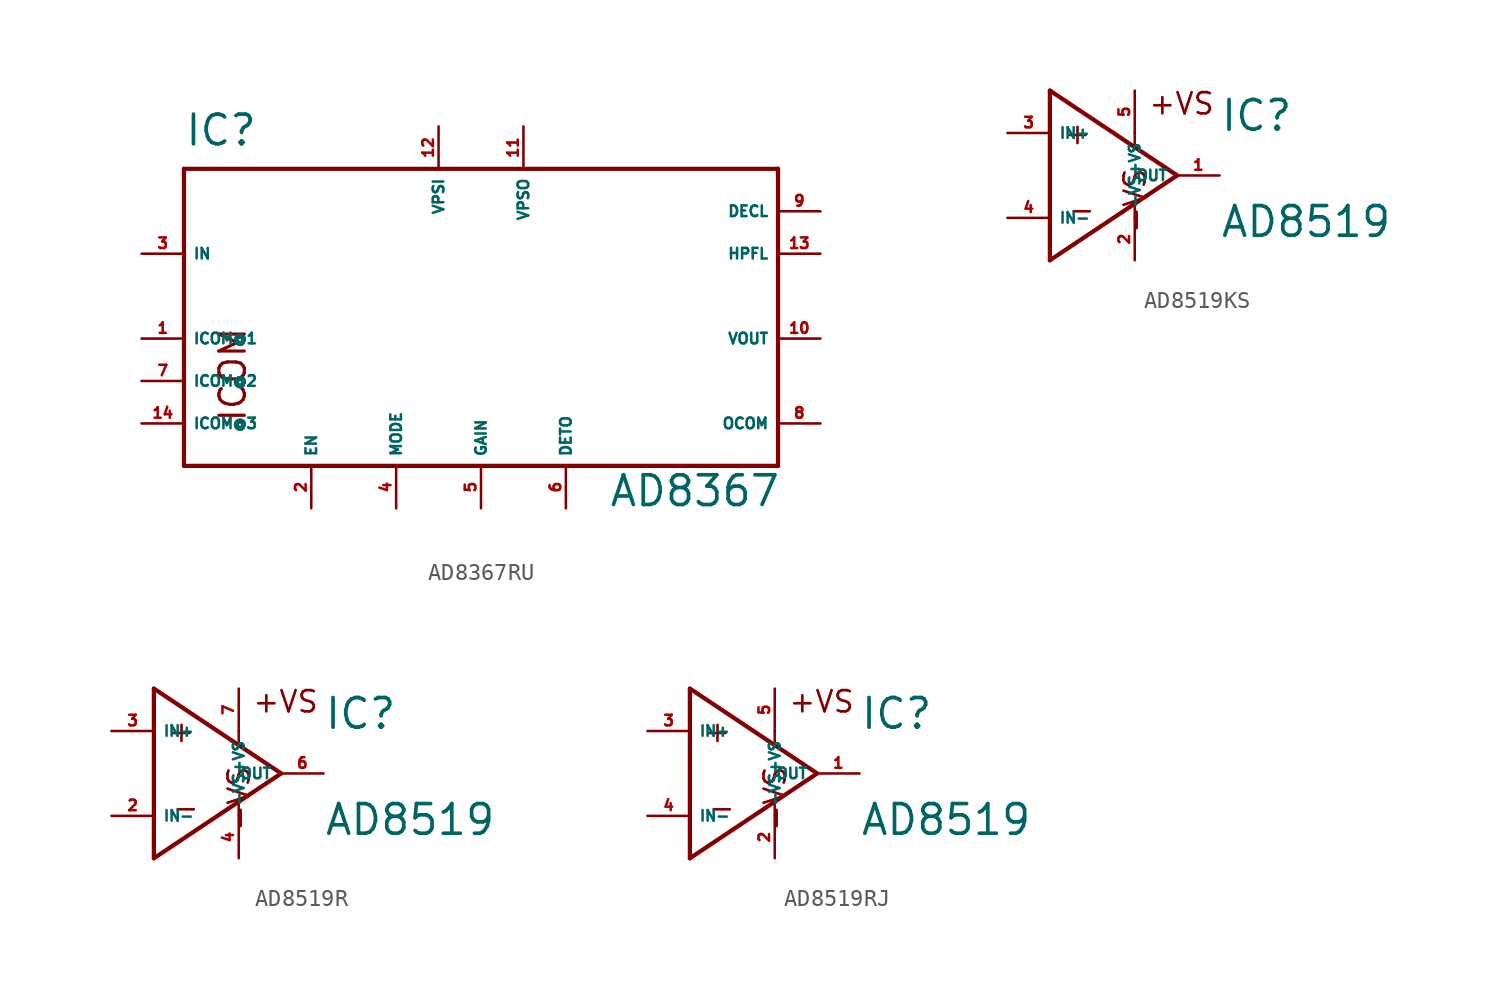
<source format=kicad_sym>
(kicad_symbol_lib
  (version 20220914)
  (generator Eagle2Kicad)
  (symbol "AD8367RU"
    (property "Reference" "IC"
      (at -17.78 8.89 0)
      (effects (font (size 1.778 1.778) (thickness 0.22)) (justify left bottom)))
    (property "Value" "AD8367"
      (at 7.62 -12.7 0)
      (effects (font (size 1.778 1.778) (thickness 0.22)) (justify left bottom)))
    (polyline
      (pts (xy -17.78 7.62) (xy 17.78 7.62))
      (stroke (width 0.254) (type default))
      (fill (type none)))
    (polyline
      (pts (xy 17.78 7.62) (xy 17.78 -10.16))
      (stroke (width 0.254) (type default))
      (fill (type none)))
    (polyline
      (pts (xy 17.78 -10.16) (xy -17.78 -10.16))
      (stroke (width 0.254) (type default))
      (fill (type none)))
    (polyline
      (pts (xy -17.78 -10.16) (xy -17.78 7.62))
      (stroke (width 0.254) (type default))
      (fill (type none)))
    (text "ICOM"
      (at -13.97 -7.62 900)
      (effects (font (size 1.524 1.524) (thickness 0.19)) (justify left bottom)))
    (pin unspecified line
      (at -20.32 -2.54 0)
      (length 2.54)
      (name "ICOM@1" (effects (font (size 0.635 0.635) (thickness 0.08)) (justify left bottom)))
      (number "1" (effects (font (size 0.635 0.635) (thickness 0.08)) (justify left bottom))))
    (pin unspecified line
      (at -20.32 -5.08 0)
      (length 2.54)
      (name "ICOM@2" (effects (font (size 0.635 0.635) (thickness 0.08)) (justify left bottom)))
      (number "7" (effects (font (size 0.635 0.635) (thickness 0.08)) (justify left bottom))))
    (pin unspecified line
      (at 20.32 -7.62 180)
      (length 2.54)
      (name "OCOM" (effects (font (size 0.635 0.635) (thickness 0.08)) (justify left bottom)))
      (number "8" (effects (font (size 0.635 0.635) (thickness 0.08)) (justify left bottom))))
    (pin unspecified line
      (at -20.32 -7.62 0)
      (length 2.54)
      (name "ICOM@3" (effects (font (size 0.635 0.635) (thickness 0.08)) (justify left bottom)))
      (number "14" (effects (font (size 0.635 0.635) (thickness 0.08)) (justify left bottom))))
    (pin unspecified line
      (at -2.54 10.16 270)
      (length 2.54)
      (name "VPSI" (effects (font (size 0.635 0.635) (thickness 0.08)) (justify left bottom)))
      (number "12" (effects (font (size 0.635 0.635) (thickness 0.08)) (justify left bottom))))
    (pin unspecified line
      (at 2.54 10.16 270)
      (length 2.54)
      (name "VPSO" (effects (font (size 0.635 0.635) (thickness 0.08)) (justify left bottom)))
      (number "11" (effects (font (size 0.635 0.635) (thickness 0.08)) (justify left bottom))))
    (pin input line
      (at -10.16 -12.7 90)
      (length 2.54)
      (name "EN" (effects (font (size 0.635 0.635) (thickness 0.08)) (justify left bottom)))
      (number "2" (effects (font (size 0.635 0.635) (thickness 0.08)) (justify left bottom))))
    (pin output line
      (at 20.32 5.08 180)
      (length 2.54)
      (name "DECL" (effects (font (size 0.635 0.635) (thickness 0.08)) (justify left bottom)))
      (number "9" (effects (font (size 0.635 0.635) (thickness 0.08)) (justify left bottom))))
    (pin input line
      (at 20.32 2.54 180)
      (length 2.54)
      (name "HPFL" (effects (font (size 0.635 0.635) (thickness 0.08)) (justify left bottom)))
      (number "13" (effects (font (size 0.635 0.635) (thickness 0.08)) (justify left bottom))))
    (pin output line
      (at 20.32 -2.54 180)
      (length 2.54)
      (name "VOUT" (effects (font (size 0.635 0.635) (thickness 0.08)) (justify left bottom)))
      (number "10" (effects (font (size 0.635 0.635) (thickness 0.08)) (justify left bottom))))
    (pin input line
      (at -20.32 2.54 0)
      (length 2.54)
      (name "IN" (effects (font (size 0.635 0.635) (thickness 0.08)) (justify left bottom)))
      (number "3" (effects (font (size 0.635 0.635) (thickness 0.08)) (justify left bottom))))
    (pin input line
      (at -5.08 -12.7 90)
      (length 2.54)
      (name "MODE" (effects (font (size 0.635 0.635) (thickness 0.08)) (justify left bottom)))
      (number "4" (effects (font (size 0.635 0.635) (thickness 0.08)) (justify left bottom))))
    (pin input line
      (at 0 -12.7 90)
      (length 2.54)
      (name "GAIN" (effects (font (size 0.635 0.635) (thickness 0.08)) (justify left bottom)))
      (number "5" (effects (font (size 0.635 0.635) (thickness 0.08)) (justify left bottom))))
    (pin output line
      (at 5.08 -12.7 90)
      (length 2.54)
      (name "DETO" (effects (font (size 0.635 0.635) (thickness 0.08)) (justify left bottom)))
      (number "6" (effects (font (size 0.635 0.635) (thickness 0.08)) (justify left bottom)))))
  (symbol "AD8519KS"
    (property "Reference" "IC"
      (at 7.62 2.54 0)
      (effects (font (size 1.778 1.778) (thickness 0.22)) (justify left bottom)))
    (property "Value" "AD8519"
      (at 7.62 -3.81 0)
      (effects (font (size 1.778 1.778) (thickness 0.22)) (justify left bottom)))
    (polyline
      (pts (xy -2.54 5.08) (xy -2.54 -5.08))
      (stroke (width 0.254) (type default))
      (fill (type none)))
    (polyline
      (pts (xy -2.54 -5.08) (xy 5.08 0))
      (stroke (width 0.254) (type default))
      (fill (type none)))
    (polyline
      (pts (xy 5.08 0) (xy -2.54 5.08))
      (stroke (width 0.254) (type default))
      (fill (type none)))
    (polyline
      (pts (xy 2.54 2.54) (xy 2.54 1.778))
      (stroke (width 0.152) (type default))
      (fill (type none)))
    (polyline
      (pts (xy 2.54 -2.54) (xy 2.54 -1.778))
      (stroke (width 0.152) (type default))
      (fill (type none)))
    (text "+"
      (at -1.778 1.778 0)
      (effects (font (size 1.27 1.27) (thickness 0.16)) (justify left bottom)))
    (text "-"
      (at -1.524 -2.794 0)
      (effects (font (size 1.27 1.27) (thickness 0.16)) (justify left bottom)))
    (text "+VS"
      (at 3.302 3.556 0)
      (effects (font (size 1.27 1.27) (thickness 0.16)) (justify left bottom)))
    (text "-VS"
      (at 3.302 -3.556 1800)
      (effects (font (size 1.27 1.27) (thickness 0.16)) (justify left bottom mirror)))
    (pin input line
      (at -5.08 2.54 0)
      (length 2.54)
      (name "IN+" (effects (font (size 0.635 0.635) (thickness 0.08)) (justify left bottom)))
      (number "3" (effects (font (size 0.635 0.635) (thickness 0.08)) (justify left bottom))))
    (pin input line
      (at -5.08 -2.54 0)
      (length 2.54)
      (name "IN-" (effects (font (size 0.635 0.635) (thickness 0.08)) (justify left bottom)))
      (number "4" (effects (font (size 0.635 0.635) (thickness 0.08)) (justify left bottom))))
    (pin output line
      (at 7.62 0 180)
      (length 2.54)
      (name "OUT" (effects (font (size 0.635 0.635) (thickness 0.08)) (justify left bottom)))
      (number "1" (effects (font (size 0.635 0.635) (thickness 0.08)) (justify left bottom))))
    (pin input line
      (at 2.54 -5.08 90)
      (length 2.54)
      (name "-VS" (effects (font (size 0.635 0.635) (thickness 0.08)) (justify left bottom)))
      (number "2" (effects (font (size 0.635 0.635) (thickness 0.08)) (justify left bottom))))
    (pin input line
      (at 2.54 5.08 270)
      (length 2.54)
      (name "+VS" (effects (font (size 0.635 0.635) (thickness 0.08)) (justify left bottom)))
      (number "5" (effects (font (size 0.635 0.635) (thickness 0.08)) (justify left bottom)))))
  (symbol "AD8519R"
    (property "Reference" "IC"
      (at 7.62 2.54 0)
      (effects (font (size 1.778 1.778) (thickness 0.22)) (justify left bottom)))
    (property "Value" "AD8519"
      (at 7.62 -3.81 0)
      (effects (font (size 1.778 1.778) (thickness 0.22)) (justify left bottom)))
    (polyline
      (pts (xy -2.54 5.08) (xy -2.54 -5.08))
      (stroke (width 0.254) (type default))
      (fill (type none)))
    (polyline
      (pts (xy -2.54 -5.08) (xy 5.08 0))
      (stroke (width 0.254) (type default))
      (fill (type none)))
    (polyline
      (pts (xy 5.08 0) (xy -2.54 5.08))
      (stroke (width 0.254) (type default))
      (fill (type none)))
    (polyline
      (pts (xy 2.54 2.54) (xy 2.54 1.778))
      (stroke (width 0.152) (type default))
      (fill (type none)))
    (polyline
      (pts (xy 2.54 -2.54) (xy 2.54 -1.778))
      (stroke (width 0.152) (type default))
      (fill (type none)))
    (text "+"
      (at -1.778 1.778 0)
      (effects (font (size 1.27 1.27) (thickness 0.16)) (justify left bottom)))
    (text "-"
      (at -1.524 -2.794 0)
      (effects (font (size 1.27 1.27) (thickness 0.16)) (justify left bottom)))
    (text "+VS"
      (at 3.302 3.556 0)
      (effects (font (size 1.27 1.27) (thickness 0.16)) (justify left bottom)))
    (text "-VS"
      (at 3.302 -3.556 1800)
      (effects (font (size 1.27 1.27) (thickness 0.16)) (justify left bottom mirror)))
    (pin input line
      (at -5.08 2.54 0)
      (length 2.54)
      (name "IN+" (effects (font (size 0.635 0.635) (thickness 0.08)) (justify left bottom)))
      (number "3" (effects (font (size 0.635 0.635) (thickness 0.08)) (justify left bottom))))
    (pin input line
      (at -5.08 -2.54 0)
      (length 2.54)
      (name "IN-" (effects (font (size 0.635 0.635) (thickness 0.08)) (justify left bottom)))
      (number "2" (effects (font (size 0.635 0.635) (thickness 0.08)) (justify left bottom))))
    (pin output line
      (at 7.62 0 180)
      (length 2.54)
      (name "OUT" (effects (font (size 0.635 0.635) (thickness 0.08)) (justify left bottom)))
      (number "6" (effects (font (size 0.635 0.635) (thickness 0.08)) (justify left bottom))))
    (pin input line
      (at 2.54 -5.08 90)
      (length 2.54)
      (name "-VS" (effects (font (size 0.635 0.635) (thickness 0.08)) (justify left bottom)))
      (number "4" (effects (font (size 0.635 0.635) (thickness 0.08)) (justify left bottom))))
    (pin input line
      (at 2.54 5.08 270)
      (length 2.54)
      (name "+VS" (effects (font (size 0.635 0.635) (thickness 0.08)) (justify left bottom)))
      (number "7" (effects (font (size 0.635 0.635) (thickness 0.08)) (justify left bottom)))))
  (symbol "AD8519RJ"
    (property "Reference" "IC"
      (at 7.62 2.54 0)
      (effects (font (size 1.778 1.778) (thickness 0.22)) (justify left bottom)))
    (property "Value" "AD8519"
      (at 7.62 -3.81 0)
      (effects (font (size 1.778 1.778) (thickness 0.22)) (justify left bottom)))
    (polyline
      (pts (xy -2.54 5.08) (xy -2.54 -5.08))
      (stroke (width 0.254) (type default))
      (fill (type none)))
    (polyline
      (pts (xy -2.54 -5.08) (xy 5.08 0))
      (stroke (width 0.254) (type default))
      (fill (type none)))
    (polyline
      (pts (xy 5.08 0) (xy -2.54 5.08))
      (stroke (width 0.254) (type default))
      (fill (type none)))
    (polyline
      (pts (xy 2.54 2.54) (xy 2.54 1.778))
      (stroke (width 0.152) (type default))
      (fill (type none)))
    (polyline
      (pts (xy 2.54 -2.54) (xy 2.54 -1.778))
      (stroke (width 0.152) (type default))
      (fill (type none)))
    (text "+"
      (at -1.778 1.778 0)
      (effects (font (size 1.27 1.27) (thickness 0.16)) (justify left bottom)))
    (text "-"
      (at -1.524 -2.794 0)
      (effects (font (size 1.27 1.27) (thickness 0.16)) (justify left bottom)))
    (text "+VS"
      (at 3.302 3.556 0)
      (effects (font (size 1.27 1.27) (thickness 0.16)) (justify left bottom)))
    (text "-VS"
      (at 3.302 -3.556 1800)
      (effects (font (size 1.27 1.27) (thickness 0.16)) (justify left bottom mirror)))
    (pin input line
      (at -5.08 2.54 0)
      (length 2.54)
      (name "IN+" (effects (font (size 0.635 0.635) (thickness 0.08)) (justify left bottom)))
      (number "3" (effects (font (size 0.635 0.635) (thickness 0.08)) (justify left bottom))))
    (pin input line
      (at -5.08 -2.54 0)
      (length 2.54)
      (name "IN-" (effects (font (size 0.635 0.635) (thickness 0.08)) (justify left bottom)))
      (number "4" (effects (font (size 0.635 0.635) (thickness 0.08)) (justify left bottom))))
    (pin output line
      (at 7.62 0 180)
      (length 2.54)
      (name "OUT" (effects (font (size 0.635 0.635) (thickness 0.08)) (justify left bottom)))
      (number "1" (effects (font (size 0.635 0.635) (thickness 0.08)) (justify left bottom))))
    (pin input line
      (at 2.54 -5.08 90)
      (length 2.54)
      (name "-VS" (effects (font (size 0.635 0.635) (thickness 0.08)) (justify left bottom)))
      (number "2" (effects (font (size 0.635 0.635) (thickness 0.08)) (justify left bottom))))
    (pin input line
      (at 2.54 5.08 270)
      (length 2.54)
      (name "+VS" (effects (font (size 0.635 0.635) (thickness 0.08)) (justify left bottom)))
      (number "5" (effects (font (size 0.635 0.635) (thickness 0.08)) (justify left bottom))))))
</source>
